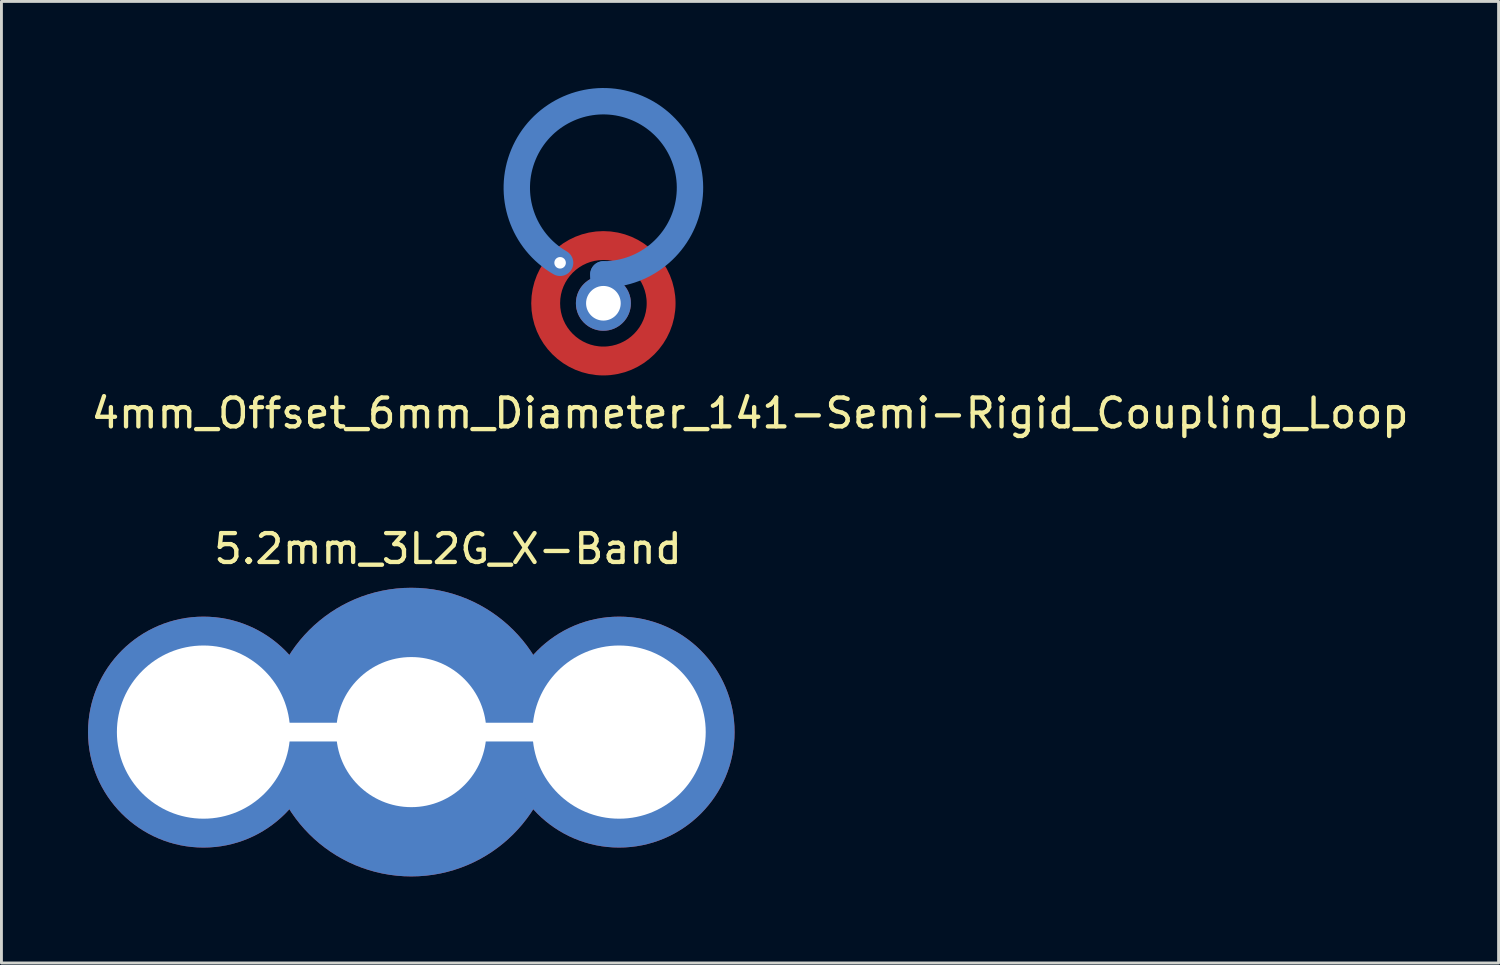
<source format=kicad_pcb>
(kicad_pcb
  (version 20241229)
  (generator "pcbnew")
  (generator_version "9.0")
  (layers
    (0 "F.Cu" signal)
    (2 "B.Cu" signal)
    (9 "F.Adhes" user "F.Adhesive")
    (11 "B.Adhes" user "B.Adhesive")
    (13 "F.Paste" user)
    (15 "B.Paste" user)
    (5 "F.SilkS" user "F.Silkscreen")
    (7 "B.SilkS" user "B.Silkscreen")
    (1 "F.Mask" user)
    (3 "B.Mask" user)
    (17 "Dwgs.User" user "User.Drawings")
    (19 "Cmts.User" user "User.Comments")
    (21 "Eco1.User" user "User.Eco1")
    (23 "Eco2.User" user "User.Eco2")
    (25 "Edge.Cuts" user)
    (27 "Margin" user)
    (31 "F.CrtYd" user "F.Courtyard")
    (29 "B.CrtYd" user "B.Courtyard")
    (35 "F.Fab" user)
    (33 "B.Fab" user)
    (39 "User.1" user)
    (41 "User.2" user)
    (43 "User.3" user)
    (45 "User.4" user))
  (footprint "4mm_Offset_6mm_Diameter_141-Semi-Rigid_Coupling_Loop"
    (layer "F.Cu")
    (at 17.855 7.457)
    (property "Reference" "4mm_Offset_6mm_Diameter_141-Semi-Rigid_Coupling_Loop" (at 5.08 3.81 0) (layer "F.SilkS") (effects (font (size 1 1) (thickness 0.15))))
    (attr through_hole)
    (fp_circle (center 0 0) (end 2 0) (stroke (width 1) (type solid)) (fill no) (layer "F.Cu"))
    (fp_circle (center 0 0) (end 2 0) (stroke (width 1) (type solid)) (fill no) (layer "F.Mask"))
    (fp_line (start 0 0) (end 0 -1) (stroke (width 0.914) (type solid)) (layer "B.Cu"))
    (fp_arc (start -1.5 -1.401924) (mid 0.776457 -6.897777) (end 0 -1) (stroke (width 0.9144) (type solid)) (layer "B.Cu"))
    (pad "1" thru_hole circle (at -1.5 -1.402) (size 0.508 0.508) (drill 0.399) (layers "*.Cu" "*.Mask"))
    (pad "1" thru_hole circle (at 0 0) (size 1.905 1.905) (drill 1.2) (layers "*.Cu" "*.Mask")))
  (footprint "5.2mm_3L2G_X-Band"
    (layer "F.Cu")
    (at 11.2 22.314)
    (property "Reference" "5.2mm_3L2G_X-Band" (at 1.27 -6.35 0) (layer "F.SilkS") (effects (font (size 1 1) (thickness 0.15))))
    (attr through_hole)
    (pad "1" thru_hole circle (at -7.2 0) (size 8 8) (drill 6) (layers "*.Cu" "*.Mask"))
    (pad "1" thru_hole circle (at 0 0) (size 10 10) (drill 5.2) (layers "*.Cu" "*.Mask"))
    (pad "1" thru_hole oval (at 0 0) (size 16 2) (drill oval 14.2 0.65) (layers "*.Cu" "*.Mask"))
    (pad "1" thru_hole circle (at 7.2 0) (size 8 8) (drill 6) (layers "*.Cu" "*.Mask")))
  (gr_rect
    (start -3 -3)
    (end 48.869 30.314)
    (stroke (width 0.1) (type default))
    (fill no)
    (layer "Edge.Cuts")))
</source>
